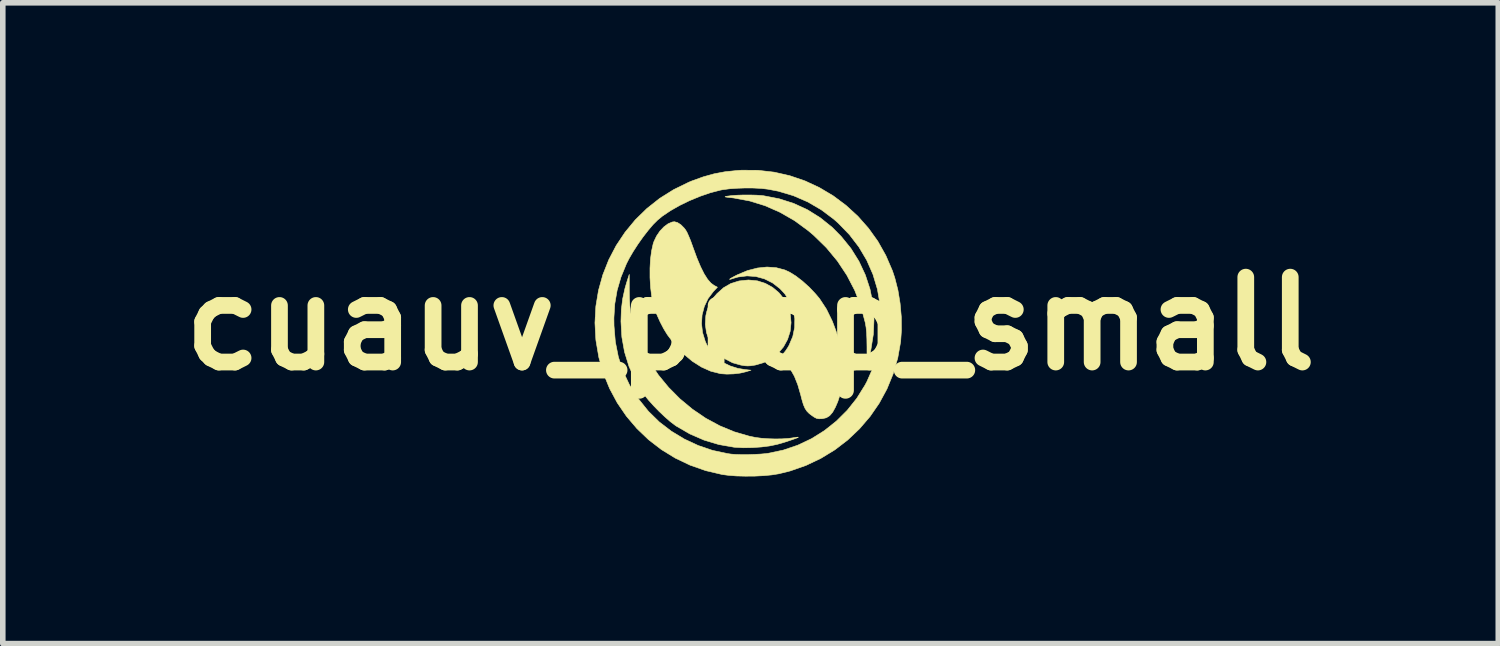
<source format=kicad_pcb>
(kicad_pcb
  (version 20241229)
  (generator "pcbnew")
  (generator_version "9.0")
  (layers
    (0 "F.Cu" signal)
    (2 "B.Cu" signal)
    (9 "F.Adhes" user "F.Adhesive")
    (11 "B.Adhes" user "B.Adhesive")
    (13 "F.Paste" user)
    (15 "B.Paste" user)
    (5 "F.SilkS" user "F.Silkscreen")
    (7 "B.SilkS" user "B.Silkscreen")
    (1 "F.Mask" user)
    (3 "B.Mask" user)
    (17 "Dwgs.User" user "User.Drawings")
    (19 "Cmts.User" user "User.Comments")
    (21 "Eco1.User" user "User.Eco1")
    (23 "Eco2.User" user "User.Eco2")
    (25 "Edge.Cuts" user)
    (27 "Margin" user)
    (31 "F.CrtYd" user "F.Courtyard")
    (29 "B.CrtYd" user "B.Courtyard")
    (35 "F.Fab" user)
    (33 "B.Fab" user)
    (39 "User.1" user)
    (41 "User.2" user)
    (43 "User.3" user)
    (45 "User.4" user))
  (footprint "cuauv_prop_small"
    (layer "F.Cu")
    (at 10.421 2.759)
    (property "Reference" "cuauv_prop_small" (at 0 0 0) (layer "F.SilkS") (effects (font (size 1.524 1.524) (thickness 0.3))))
    (attr through_hole)
    (fp_poly (pts (xy 2.077 0.734) (xy 2.079 0.754) (xy 2.077 0.756) (xy 2.067 0.754) (xy 2.066 0.745) (xy 2.072 0.731) (xy 2.077 0.734)) (stroke (width 0.01) (type solid)) (fill yes) (layer "F.SilkS"))
    (fp_poly (pts (xy 0.123 -0.768) (xy 0.267 -0.722) (xy 0.397 -0.65) (xy 0.51 -0.555) (xy 0.603 -0.439) (xy 0.672 -0.306) (xy 0.715 -0.16) (xy 0.728 -0.017) (xy 0.712 0.138) (xy 0.665 0.284) (xy 0.592 0.417) (xy 0.494 0.533) (xy 0.376 0.628) (xy 0.239 0.699) (xy 0.088 0.743) (xy 0.075 0.745) (xy 0.005 0.756) (xy -0.048 0.759) (xy -0.1 0.756) (xy -0.168 0.745) (xy -0.17 0.745) (xy -0.32 0.703) (xy -0.454 0.634) (xy -0.571 0.542) (xy -0.668 0.429) (xy -0.742 0.301) (xy -0.79 0.161) (xy -0.811 0.012) (xy -0.802 -0.141) (xy -0.787 -0.209) (xy -0.755 -0.311) (xy -0.712 -0.398) (xy -0.651 -0.482) (xy -0.602 -0.538) (xy -0.483 -0.645) (xy -0.351 -0.721) (xy -0.205 -0.766) (xy -0.042 -0.783) (xy -0.032 -0.783) (xy 0.123 -0.768)) (stroke (width 0.01) (type solid)) (fill yes) (layer "F.SilkS"))
    (fp_poly (pts (xy 0.105 -2.306) (xy 0.203 -2.299) (xy 0.237 -2.295) (xy 0.515 -2.241) (xy 0.777 -2.157) (xy 1.024 -2.043) (xy 1.254 -1.899) (xy 1.469 -1.726) (xy 1.629 -1.564) (xy 1.803 -1.349) (xy 1.947 -1.118) (xy 2.061 -0.874) (xy 2.145 -0.619) (xy 2.197 -0.356) (xy 2.217 -0.085) (xy 2.205 0.19) (xy 2.161 0.467) (xy 2.136 0.573) (xy 2.119 0.633) (xy 2.106 0.679) (xy 2.098 0.701) (xy 2.097 0.703) (xy 2.095 0.688) (xy 2.093 0.646) (xy 2.092 0.58) (xy 2.091 0.496) (xy 2.091 0.418) (xy 2.089 0.278) (xy 2.084 0.164) (xy 2.075 0.07) (xy 2.061 -0.011) (xy 2.06 -0.017) (xy 1.981 -0.313) (xy 1.871 -0.597) (xy 1.73 -0.868) (xy 1.56 -1.124) (xy 1.362 -1.363) (xy 1.137 -1.583) (xy 1.033 -1.671) (xy 0.787 -1.851) (xy 0.529 -1.999) (xy 0.261 -2.117) (xy -0.015 -2.202) (xy -0.298 -2.255) (xy -0.356 -2.262) (xy -0.418 -2.269) (xy -0.451 -2.274) (xy -0.456 -2.278) (xy -0.437 -2.284) (xy -0.415 -2.288) (xy -0.339 -2.298) (xy -0.24 -2.305) (xy -0.126 -2.309) (xy -0.008 -2.309) (xy 0.105 -2.306)) (stroke (width 0.01) (type solid)) (fill yes) (layer "F.SilkS"))
    (fp_poly (pts (xy -2.176 -0.598) (xy -2.173 -0.447) (xy -2.165 -0.319) (xy -2.15 -0.202) (xy -2.126 -0.085) (xy -2.091 0.042) (xy -2.053 0.16) (xy -1.948 0.426) (xy -1.814 0.681) (xy -1.654 0.921) (xy -1.47 1.145) (xy -1.265 1.351) (xy -1.042 1.536) (xy -0.804 1.698) (xy -0.552 1.834) (xy -0.291 1.942) (xy -0.022 2.02) (xy 0.089 2.043) (xy 0.194 2.057) (xy 0.316 2.066) (xy 0.444 2.07) (xy 0.568 2.068) (xy 0.678 2.061) (xy 0.752 2.051) (xy 0.806 2.042) (xy 0.845 2.038) (xy 0.859 2.039) (xy 0.847 2.046) (xy 0.81 2.061) (xy 0.753 2.081) (xy 0.686 2.104) (xy 0.613 2.128) (xy 0.543 2.149) (xy 0.482 2.166) (xy 0.474 2.168) (xy 0.344 2.195) (xy 0.193 2.214) (xy 0.033 2.225) (xy -0.125 2.228) (xy -0.268 2.22) (xy -0.296 2.218) (xy -0.569 2.17) (xy -0.835 2.09) (xy -1.09 1.979) (xy -1.33 1.84) (xy -1.352 1.825) (xy -1.438 1.76) (xy -1.535 1.675) (xy -1.638 1.578) (xy -1.738 1.475) (xy -1.829 1.374) (xy -1.903 1.282) (xy -1.924 1.252) (xy -2.069 1.014) (xy -2.181 0.767) (xy -2.261 0.509) (xy -2.309 0.241) (xy -2.325 -0.039) (xy -2.325 -0.042) (xy -2.318 -0.254) (xy -2.294 -0.447) (xy -2.253 -0.634) (xy -2.223 -0.737) (xy -2.176 -0.884) (xy -2.176 -0.598)) (stroke (width 0.01) (type solid)) (fill yes) (layer "F.SilkS"))
    (fp_poly (pts (xy -1.312 -1.815) (xy -1.251 -1.776) (xy -1.193 -1.718) (xy -1.163 -1.679) (xy -1.139 -1.637) (xy -1.109 -1.57) (xy -1.075 -1.488) (xy -1.042 -1.397) (xy -1.031 -1.366) (xy -0.962 -1.178) (xy -0.896 -1.021) (xy -0.833 -0.895) (xy -0.771 -0.797) (xy -0.711 -0.728) (xy -0.654 -0.686) (xy -0.594 -0.654) (xy -0.668 -0.575) (xy -0.762 -0.45) (xy -0.829 -0.309) (xy -0.869 -0.157) (xy -0.879 0.001) (xy -0.861 0.16) (xy -0.813 0.316) (xy -0.786 0.376) (xy -0.74 0.45) (xy -0.675 0.53) (xy -0.602 0.607) (xy -0.528 0.672) (xy -0.481 0.704) (xy -0.364 0.76) (xy -0.231 0.802) (xy -0.104 0.824) (xy 0.008 0.836) (xy -0.087 0.865) (xy -0.186 0.888) (xy -0.303 0.902) (xy -0.423 0.906) (xy -0.529 0.899) (xy -0.543 0.897) (xy -0.713 0.854) (xy -0.881 0.779) (xy -1.046 0.674) (xy -1.205 0.54) (xy -1.356 0.381) (xy -1.493 0.198) (xy -1.558 0.092) (xy -1.622 -0.031) (xy -1.68 -0.16) (xy -1.725 -0.281) (xy -1.744 -0.346) (xy -1.774 -0.494) (xy -1.794 -0.656) (xy -1.804 -0.826) (xy -1.804 -0.996) (xy -1.795 -1.159) (xy -1.775 -1.307) (xy -1.747 -1.433) (xy -1.733 -1.474) (xy -1.687 -1.571) (xy -1.626 -1.661) (xy -1.555 -1.736) (xy -1.48 -1.792) (xy -1.406 -1.824) (xy -1.366 -1.829) (xy -1.312 -1.815)) (stroke (width 0.01) (type solid)) (fill yes) (layer "F.SilkS"))
    (fp_poly (pts (xy 0.462 -1.004) (xy 0.617 -0.963) (xy 0.703 -0.923) (xy 0.816 -0.853) (xy 0.937 -0.759) (xy 1.058 -0.65) (xy 1.169 -0.532) (xy 1.24 -0.447) (xy 1.363 -0.26) (xy 1.468 -0.045) (xy 1.53 0.119) (xy 1.577 0.265) (xy 1.61 0.393) (xy 1.632 0.513) (xy 1.645 0.637) (xy 1.65 0.776) (xy 1.65 0.847) (xy 1.645 1.014) (xy 1.631 1.156) (xy 1.605 1.283) (xy 1.566 1.402) (xy 1.524 1.499) (xy 1.474 1.59) (xy 1.421 1.652) (xy 1.362 1.689) (xy 1.29 1.706) (xy 1.283 1.706) (xy 1.229 1.708) (xy 1.187 1.701) (xy 1.144 1.679) (xy 1.109 1.655) (xy 1.054 1.614) (xy 1.012 1.571) (xy 0.979 1.521) (xy 0.95 1.455) (xy 0.924 1.368) (xy 0.901 1.278) (xy 0.849 1.098) (xy 0.788 0.945) (xy 0.715 0.816) (xy 0.627 0.706) (xy 0.625 0.704) (xy 0.53 0.601) (xy 0.586 0.542) (xy 0.627 0.492) (xy 0.669 0.429) (xy 0.692 0.389) (xy 0.759 0.231) (xy 0.792 0.07) (xy 0.795 -0.091) (xy 0.765 -0.247) (xy 0.706 -0.396) (xy 0.616 -0.534) (xy 0.528 -0.629) (xy 0.396 -0.731) (xy 0.25 -0.804) (xy 0.096 -0.846) (xy -0.063 -0.857) (xy -0.223 -0.837) (xy -0.3 -0.815) (xy -0.353 -0.798) (xy -0.376 -0.794) (xy -0.368 -0.804) (xy -0.33 -0.827) (xy -0.26 -0.864) (xy -0.234 -0.877) (xy -0.055 -0.952) (xy 0.123 -0.998) (xy 0.296 -1.016) (xy 0.462 -1.004)) (stroke (width 0.01) (type solid)) (fill yes) (layer "F.SilkS"))
    (fp_poly (pts (xy 0.134 -2.752) (xy 0.424 -2.719) (xy 0.706 -2.655) (xy 0.978 -2.562) (xy 1.238 -2.441) (xy 1.485 -2.294) (xy 1.715 -2.122) (xy 1.927 -1.928) (xy 2.118 -1.712) (xy 2.287 -1.476) (xy 2.43 -1.221) (xy 2.547 -0.95) (xy 2.59 -0.821) (xy 2.646 -0.602) (xy 2.685 -0.364) (xy 2.707 -0.119) (xy 2.709 0.121) (xy 2.695 0.323) (xy 2.643 0.618) (xy 2.56 0.902) (xy 2.449 1.173) (xy 2.31 1.429) (xy 2.145 1.668) (xy 1.956 1.888) (xy 1.745 2.088) (xy 1.514 2.265) (xy 1.263 2.418) (xy 0.996 2.545) (xy 0.713 2.644) (xy 0.508 2.695) (xy 0.384 2.715) (xy 0.236 2.729) (xy 0.074 2.737) (xy -0.093 2.738) (xy -0.255 2.734) (xy -0.402 2.722) (xy -0.508 2.708) (xy -0.803 2.639) (xy -1.085 2.54) (xy -1.351 2.413) (xy -1.6 2.26) (xy -1.83 2.083) (xy -2.039 1.883) (xy -2.227 1.662) (xy -2.391 1.422) (xy -2.529 1.165) (xy -2.64 0.893) (xy -2.722 0.607) (xy -2.773 0.309) (xy -2.776 0.284) (xy -2.792 -0.015) (xy -2.787 -0.102) (xy -2.452 -0.102) (xy -2.45 0.041) (xy -2.426 0.327) (xy -2.372 0.598) (xy -2.288 0.854) (xy -2.173 1.098) (xy -2.026 1.332) (xy -1.847 1.556) (xy -1.826 1.58) (xy -1.636 1.766) (xy -1.422 1.93) (xy -1.189 2.071) (xy -0.94 2.187) (xy -0.682 2.275) (xy -0.417 2.332) (xy -0.347 2.342) (xy -0.268 2.348) (xy -0.165 2.351) (xy -0.048 2.351) (xy 0.072 2.347) (xy 0.187 2.341) (xy 0.285 2.332) (xy 0.318 2.327) (xy 0.588 2.27) (xy 0.848 2.182) (xy 1.095 2.065) (xy 1.327 1.92) (xy 1.542 1.749) (xy 1.737 1.555) (xy 1.909 1.339) (xy 2.056 1.103) (xy 2.091 1.037) (xy 2.197 0.796) (xy 2.274 0.551) (xy 2.322 0.298) (xy 2.342 0.031) (xy 2.343 -0.051) (xy 2.326 -0.34) (xy 2.278 -0.618) (xy 2.198 -0.884) (xy 2.087 -1.137) (xy 1.946 -1.375) (xy 1.775 -1.598) (xy 1.575 -1.804) (xy 1.496 -1.874) (xy 1.271 -2.043) (xy 1.029 -2.184) (xy 0.771 -2.296) (xy 0.5 -2.377) (xy 0.313 -2.413) (xy 0.195 -2.427) (xy 0.056 -2.434) (xy -0.092 -2.435) (xy -0.241 -2.43) (xy -0.38 -2.42) (xy -0.5 -2.404) (xy -0.542 -2.396) (xy -0.722 -2.349) (xy -0.908 -2.285) (xy -1.094 -2.208) (xy -1.273 -2.121) (xy -1.436 -2.028) (xy -1.579 -1.932) (xy -1.67 -1.857) (xy -1.75 -1.777) (xy -1.838 -1.673) (xy -1.931 -1.553) (xy -2.022 -1.424) (xy -2.106 -1.294) (xy -2.179 -1.169) (xy -2.227 -1.075) (xy -2.325 -0.835) (xy -2.394 -0.598) (xy -2.436 -0.356) (xy -2.452 -0.102) (xy -2.787 -0.102) (xy -2.776 -0.31) (xy -2.728 -0.598) (xy -2.65 -0.878) (xy -2.544 -1.146) (xy -2.411 -1.401) (xy -2.251 -1.641) (xy -2.067 -1.864) (xy -1.859 -2.067) (xy -1.629 -2.249) (xy -1.378 -2.406) (xy -1.108 -2.538) (xy -1.05 -2.562) (xy -0.847 -2.635) (xy -0.654 -2.689) (xy -0.458 -2.726) (xy -0.246 -2.748) (xy -0.161 -2.754) (xy 0.134 -2.752)) (stroke (width 0.01) (type solid)) (fill yes) (layer "F.SilkS")))
  (gr_rect
    (start -3 -3)
    (end 23.843 8.502)
    (stroke (width 0.1) (type default))
    (fill no)
    (layer "Edge.Cuts")))
</source>
